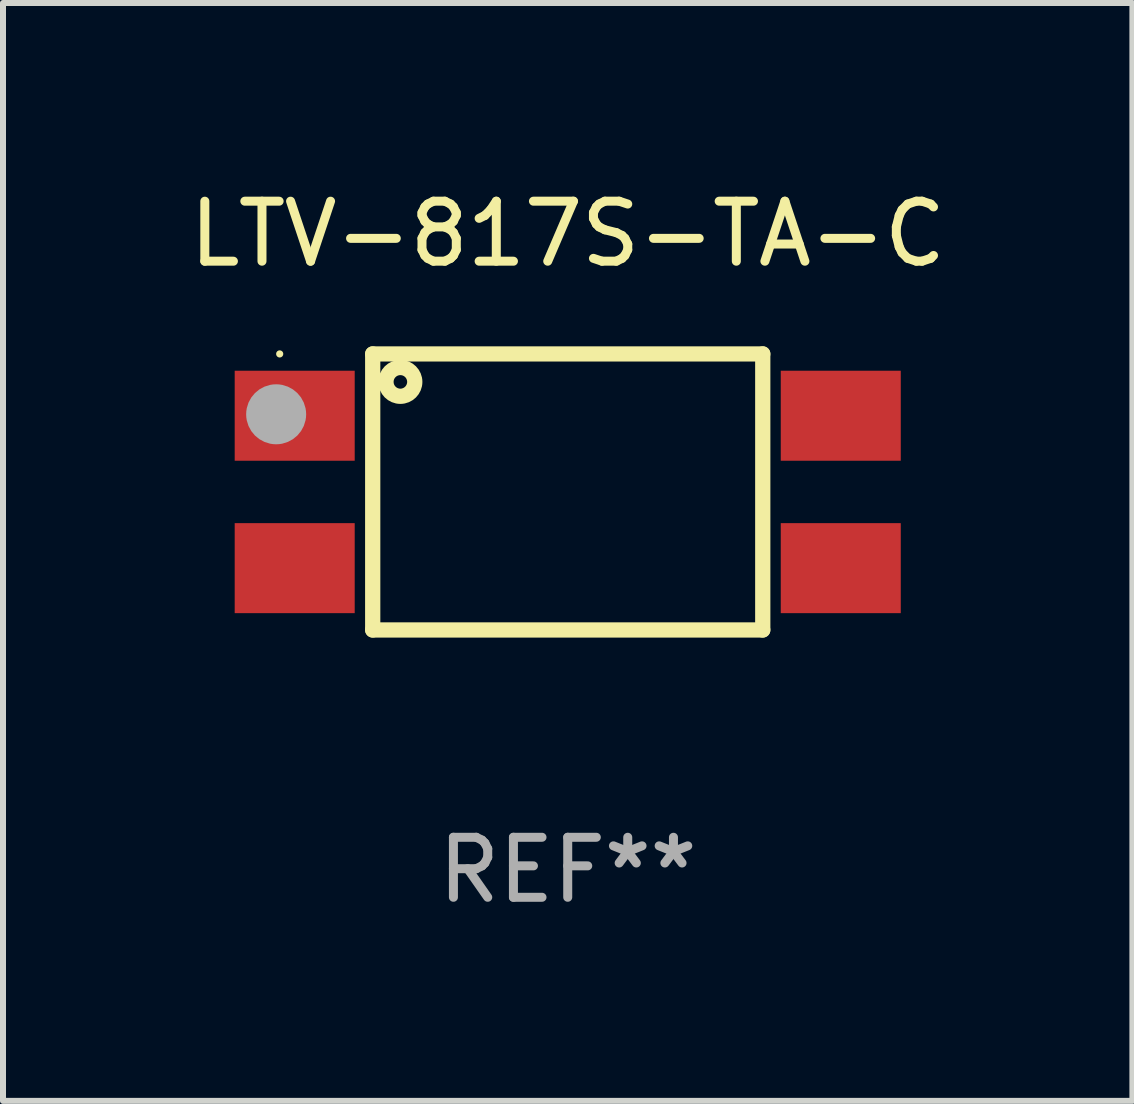
<source format=kicad_pcb>
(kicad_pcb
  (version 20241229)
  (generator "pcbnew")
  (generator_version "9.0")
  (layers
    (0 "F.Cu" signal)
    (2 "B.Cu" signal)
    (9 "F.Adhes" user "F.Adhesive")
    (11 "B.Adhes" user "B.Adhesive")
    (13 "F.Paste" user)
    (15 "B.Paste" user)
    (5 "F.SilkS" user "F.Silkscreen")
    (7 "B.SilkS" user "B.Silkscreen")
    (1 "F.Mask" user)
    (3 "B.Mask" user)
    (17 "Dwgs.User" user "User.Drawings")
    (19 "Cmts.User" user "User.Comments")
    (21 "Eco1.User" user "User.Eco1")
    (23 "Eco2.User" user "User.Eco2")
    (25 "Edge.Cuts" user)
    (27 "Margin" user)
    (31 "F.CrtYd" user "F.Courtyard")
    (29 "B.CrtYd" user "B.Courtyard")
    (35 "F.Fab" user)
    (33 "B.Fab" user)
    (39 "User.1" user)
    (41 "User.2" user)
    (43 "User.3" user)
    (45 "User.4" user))
  (footprint "LTV-817S-TA-C"
    (layer "F.Cu")
    (at 6.411 5.148)
    (property "Reference" "LTV-817S-TA-C" (at 0 -4.3 0) (layer "F.SilkS") (effects (font (size 1 1) (thickness 0.15))))
    (attr through_hole)
    (fp_line (start -3.25 -2.3) (end -3.25 2.3) (stroke (width 0.254) (type solid)) (layer "F.SilkS"))
    (fp_line (start -3.25 -2.3) (end 3.25 -2.3) (stroke (width 0.254) (type solid)) (layer "F.SilkS"))
    (fp_line (start -3.25 2.3) (end 3.25 2.3) (stroke (width 0.254) (type solid)) (layer "F.SilkS"))
    (fp_line (start 3.25 -2.3) (end 3.25 2.3) (stroke (width 0.254) (type solid)) (layer "F.SilkS"))
    (fp_circle (center -4.8 -2.3) (end -4.77 -2.3) (stroke (width 0.06) (type solid)) (fill no) (layer "F.SilkS"))
    (fp_circle (center -2.789 -1.834) (end -2.676 -1.834) (stroke (width 0.254) (type solid)) (fill no) (layer "F.SilkS"))
    (fp_circle (center -4.859 -1.294) (end -4.609 -1.294) (stroke (width 0.5) (type solid)) (fill no) (layer "F.Fab"))
    (fp_text user "REF**" (at 0 6.3 0) (layer "F.Fab") (effects (font (size 1 1) (thickness 0.15))))
    (pad "1" smd rect (at -4.55 -1.27) (size 2 1.5) (layers "F.Cu" "F.Mask" "F.Paste"))
    (pad "2" smd rect (at -4.55 1.27) (size 2 1.5) (layers "F.Cu" "F.Mask" "F.Paste"))
    (pad "3" smd rect (at 4.55 1.27) (size 2 1.5) (layers "F.Cu" "F.Mask" "F.Paste"))
    (pad "4" smd rect (at 4.55 -1.27) (size 2 1.5) (layers "F.Cu" "F.Mask" "F.Paste")))
  (gr_rect
    (start -3 -3)
    (end 15.821 15.296)
    (stroke (width 0.1) (type default))
    (fill no)
    (layer "Edge.Cuts")))
</source>
